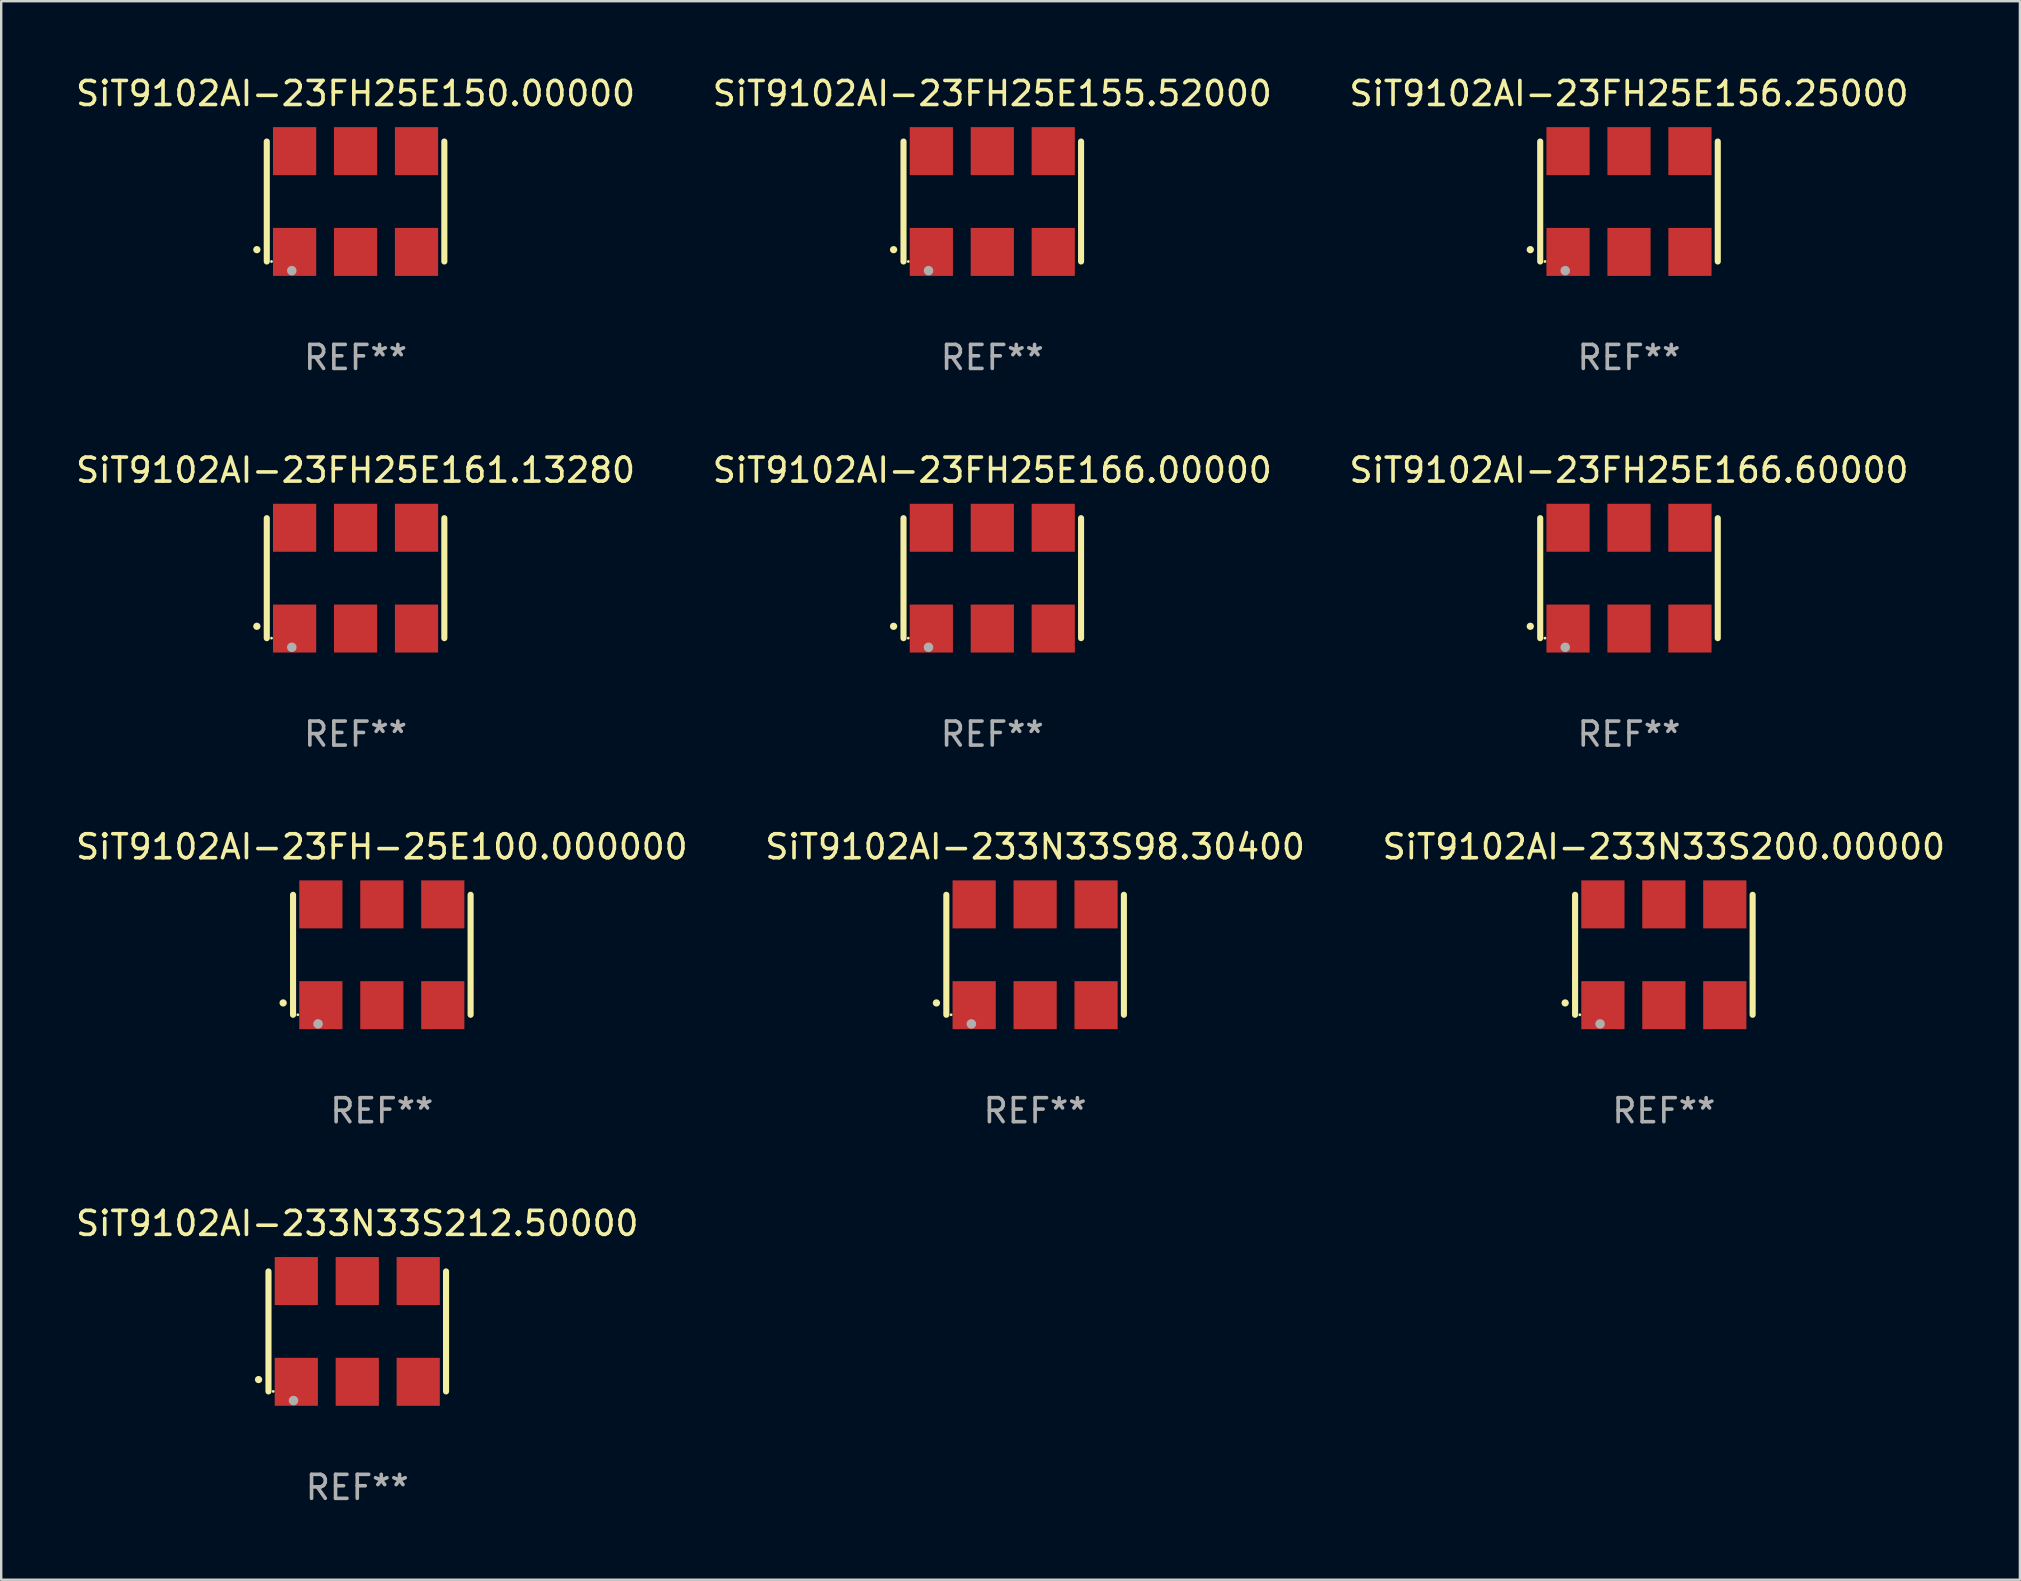
<source format=kicad_pcb>
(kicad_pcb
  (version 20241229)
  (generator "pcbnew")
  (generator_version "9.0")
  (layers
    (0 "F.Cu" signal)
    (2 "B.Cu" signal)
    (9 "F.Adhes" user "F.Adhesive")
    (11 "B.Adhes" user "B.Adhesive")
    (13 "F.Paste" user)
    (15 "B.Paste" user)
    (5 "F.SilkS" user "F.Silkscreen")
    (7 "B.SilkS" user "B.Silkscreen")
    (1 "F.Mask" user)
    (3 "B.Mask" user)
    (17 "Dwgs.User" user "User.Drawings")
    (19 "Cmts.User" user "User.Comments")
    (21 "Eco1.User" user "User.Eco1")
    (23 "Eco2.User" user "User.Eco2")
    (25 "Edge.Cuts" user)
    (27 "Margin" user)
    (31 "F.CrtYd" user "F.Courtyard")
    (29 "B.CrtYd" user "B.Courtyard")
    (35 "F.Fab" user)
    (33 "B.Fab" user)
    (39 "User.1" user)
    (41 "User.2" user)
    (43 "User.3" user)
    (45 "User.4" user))
  (footprint "SiT9102AI-23FH25E156.25000"
    (layer "F.Cu")
    (at 64.839 5.348)
    (property "Reference" "SiT9102AI-23FH25E156.25000" (at 0 -4.5 0) (layer "F.SilkS") (effects (font (size 1 1) (thickness 0.15))))
    (attr through_hole)
    (fp_line (start -3.7 -2.5) (end -3.7 2.5) (stroke (width 0.254) (type solid)) (layer "F.SilkS"))
    (fp_line (start 3.7 -2.5) (end 3.7 2.5) (stroke (width 0.254) (type solid)) (layer "F.SilkS"))
    (fp_arc (start -4.114415 2.006604) (mid -4.113145 2.006599) (end -4.111875 2.006604) (stroke (width 0.3) (type solid)) (layer "F.SilkS"))
    (fp_circle (center -3.502 2.5) (end -3.472 2.5) (stroke (width 0.06) (type solid)) (fill no) (layer "F.SilkS"))
    (fp_circle (center -2.657 2.882) (end -2.557 2.882) (stroke (width 0.2) (type solid)) (fill no) (layer "F.Fab"))
    (fp_text user "REF**" (at 0 6.5 0) (layer "F.Fab") (effects (font (size 1 1) (thickness 0.15))))
    (pad "1" smd rect (at -2.54 2.1) (size 1.8 2) (layers "F.Cu" "F.Mask" "F.Paste"))
    (pad "2" smd rect (at 0.000394 2.1) (size 1.8 2) (layers "F.Cu" "F.Mask" "F.Paste"))
    (pad "3" smd rect (at 2.54 2.1) (size 1.8 2) (layers "F.Cu" "F.Mask" "F.Paste"))
    (pad "4" smd rect (at 2.54 -2.1) (size 1.8 2) (layers "F.Cu" "F.Mask" "F.Paste"))
    (pad "5" smd rect (at 0.000394 -2.1) (size 1.8 2) (layers "F.Cu" "F.Mask" "F.Paste"))
    (pad "6" smd rect (at -2.54 -2.1) (size 1.8 2) (layers "F.Cu" "F.Mask" "F.Paste")))
  (footprint "SiT9102AI-23FH-25E100.000000"
    (layer "F.Cu")
    (at 12.863 36.741)
    (property "Reference" "SiT9102AI-23FH-25E100.000000" (at 0 -4.5 0) (layer "F.SilkS") (effects (font (size 1 1) (thickness 0.15))))
    (attr through_hole)
    (fp_line (start -3.7 -2.5) (end -3.7 2.5) (stroke (width 0.254) (type solid)) (layer "F.SilkS"))
    (fp_line (start 3.7 -2.5) (end 3.7 2.5) (stroke (width 0.254) (type solid)) (layer "F.SilkS"))
    (fp_arc (start -4.114415 2.006604) (mid -4.113145 2.006599) (end -4.111875 2.006604) (stroke (width 0.3) (type solid)) (layer "F.SilkS"))
    (fp_circle (center -3.502 2.5) (end -3.472 2.5) (stroke (width 0.06) (type solid)) (fill no) (layer "F.SilkS"))
    (fp_circle (center -2.657 2.882) (end -2.557 2.882) (stroke (width 0.2) (type solid)) (fill no) (layer "F.Fab"))
    (fp_text user "REF**" (at 0 6.5 0) (layer "F.Fab") (effects (font (size 1 1) (thickness 0.15))))
    (pad "1" smd rect (at -2.54 2.1) (size 1.8 2) (layers "F.Cu" "F.Mask" "F.Paste"))
    (pad "2" smd rect (at 0.000394 2.1) (size 1.8 2) (layers "F.Cu" "F.Mask" "F.Paste"))
    (pad "3" smd rect (at 2.54 2.1) (size 1.8 2) (layers "F.Cu" "F.Mask" "F.Paste"))
    (pad "4" smd rect (at 2.54 -2.1) (size 1.8 2) (layers "F.Cu" "F.Mask" "F.Paste"))
    (pad "5" smd rect (at 0.000394 -2.1) (size 1.8 2) (layers "F.Cu" "F.Mask" "F.Paste"))
    (pad "6" smd rect (at -2.54 -2.1) (size 1.8 2) (layers "F.Cu" "F.Mask" "F.Paste")))
  (footprint "SiT9102AI-23FH25E161.13280"
    (layer "F.Cu")
    (at 11.768 21.045)
    (property "Reference" "SiT9102AI-23FH25E161.13280" (at 0 -4.5 0) (layer "F.SilkS") (effects (font (size 1 1) (thickness 0.15))))
    (attr through_hole)
    (fp_line (start -3.7 -2.5) (end -3.7 2.5) (stroke (width 0.254) (type solid)) (layer "F.SilkS"))
    (fp_line (start 3.7 -2.5) (end 3.7 2.5) (stroke (width 0.254) (type solid)) (layer "F.SilkS"))
    (fp_arc (start -4.114415 2.006604) (mid -4.113145 2.006599) (end -4.111875 2.006604) (stroke (width 0.3) (type solid)) (layer "F.SilkS"))
    (fp_circle (center -3.502 2.5) (end -3.472 2.5) (stroke (width 0.06) (type solid)) (fill no) (layer "F.SilkS"))
    (fp_circle (center -2.657 2.882) (end -2.557 2.882) (stroke (width 0.2) (type solid)) (fill no) (layer "F.Fab"))
    (fp_text user "REF**" (at 0 6.5 0) (layer "F.Fab") (effects (font (size 1 1) (thickness 0.15))))
    (pad "1" smd rect (at -2.54 2.1) (size 1.8 2) (layers "F.Cu" "F.Mask" "F.Paste"))
    (pad "2" smd rect (at 0.000394 2.1) (size 1.8 2) (layers "F.Cu" "F.Mask" "F.Paste"))
    (pad "3" smd rect (at 2.54 2.1) (size 1.8 2) (layers "F.Cu" "F.Mask" "F.Paste"))
    (pad "4" smd rect (at 2.54 -2.1) (size 1.8 2) (layers "F.Cu" "F.Mask" "F.Paste"))
    (pad "5" smd rect (at 0.000394 -2.1) (size 1.8 2) (layers "F.Cu" "F.Mask" "F.Paste"))
    (pad "6" smd rect (at -2.54 -2.1) (size 1.8 2) (layers "F.Cu" "F.Mask" "F.Paste")))
  (footprint "SiT9102AI-23FH25E166.60000"
    (layer "F.Cu")
    (at 64.839 21.045)
    (property "Reference" "SiT9102AI-23FH25E166.60000" (at 0 -4.5 0) (layer "F.SilkS") (effects (font (size 1 1) (thickness 0.15))))
    (attr through_hole)
    (fp_line (start -3.7 -2.5) (end -3.7 2.5) (stroke (width 0.254) (type solid)) (layer "F.SilkS"))
    (fp_line (start 3.7 -2.5) (end 3.7 2.5) (stroke (width 0.254) (type solid)) (layer "F.SilkS"))
    (fp_arc (start -4.114415 2.006604) (mid -4.113145 2.006599) (end -4.111875 2.006604) (stroke (width 0.3) (type solid)) (layer "F.SilkS"))
    (fp_circle (center -3.502 2.5) (end -3.472 2.5) (stroke (width 0.06) (type solid)) (fill no) (layer "F.SilkS"))
    (fp_circle (center -2.657 2.882) (end -2.557 2.882) (stroke (width 0.2) (type solid)) (fill no) (layer "F.Fab"))
    (fp_text user "REF**" (at 0 6.5 0) (layer "F.Fab") (effects (font (size 1 1) (thickness 0.15))))
    (pad "1" smd rect (at -2.54 2.1) (size 1.8 2) (layers "F.Cu" "F.Mask" "F.Paste"))
    (pad "2" smd rect (at 0.000394 2.1) (size 1.8 2) (layers "F.Cu" "F.Mask" "F.Paste"))
    (pad "3" smd rect (at 2.54 2.1) (size 1.8 2) (layers "F.Cu" "F.Mask" "F.Paste"))
    (pad "4" smd rect (at 2.54 -2.1) (size 1.8 2) (layers "F.Cu" "F.Mask" "F.Paste"))
    (pad "5" smd rect (at 0.000394 -2.1) (size 1.8 2) (layers "F.Cu" "F.Mask" "F.Paste"))
    (pad "6" smd rect (at -2.54 -2.1) (size 1.8 2) (layers "F.Cu" "F.Mask" "F.Paste")))
  (footprint "SiT9102AI-233N33S212.50000"
    (layer "F.Cu")
    (at 11.839 52.438)
    (property "Reference" "SiT9102AI-233N33S212.50000" (at 0 -4.5 0) (layer "F.SilkS") (effects (font (size 1 1) (thickness 0.15))))
    (attr through_hole)
    (fp_line (start -3.7 -2.5) (end -3.7 2.5) (stroke (width 0.254) (type solid)) (layer "F.SilkS"))
    (fp_line (start 3.7 -2.5) (end 3.7 2.5) (stroke (width 0.254) (type solid)) (layer "F.SilkS"))
    (fp_arc (start -4.114415 2.006604) (mid -4.113145 2.006599) (end -4.111875 2.006604) (stroke (width 0.3) (type solid)) (layer "F.SilkS"))
    (fp_circle (center -3.502 2.5) (end -3.472 2.5) (stroke (width 0.06) (type solid)) (fill no) (layer "F.SilkS"))
    (fp_circle (center -2.657 2.882) (end -2.557 2.882) (stroke (width 0.2) (type solid)) (fill no) (layer "F.Fab"))
    (fp_text user "REF**" (at 0 6.5 0) (layer "F.Fab") (effects (font (size 1 1) (thickness 0.15))))
    (pad "1" smd rect (at -2.54 2.1) (size 1.8 2) (layers "F.Cu" "F.Mask" "F.Paste"))
    (pad "2" smd rect (at 0.000394 2.1) (size 1.8 2) (layers "F.Cu" "F.Mask" "F.Paste"))
    (pad "3" smd rect (at 2.54 2.1) (size 1.8 2) (layers "F.Cu" "F.Mask" "F.Paste"))
    (pad "4" smd rect (at 2.54 -2.1) (size 1.8 2) (layers "F.Cu" "F.Mask" "F.Paste"))
    (pad "5" smd rect (at 0.000394 -2.1) (size 1.8 2) (layers "F.Cu" "F.Mask" "F.Paste"))
    (pad "6" smd rect (at -2.54 -2.1) (size 1.8 2) (layers "F.Cu" "F.Mask" "F.Paste")))
  (footprint "SiT9102AI-23FH25E166.00000"
    (layer "F.Cu")
    (at 38.304 21.045)
    (property "Reference" "SiT9102AI-23FH25E166.00000" (at 0 -4.5 0) (layer "F.SilkS") (effects (font (size 1 1) (thickness 0.15))))
    (attr through_hole)
    (fp_line (start -3.7 -2.5) (end -3.7 2.5) (stroke (width 0.254) (type solid)) (layer "F.SilkS"))
    (fp_line (start 3.7 -2.5) (end 3.7 2.5) (stroke (width 0.254) (type solid)) (layer "F.SilkS"))
    (fp_arc (start -4.114415 2.006604) (mid -4.113145 2.006599) (end -4.111875 2.006604) (stroke (width 0.3) (type solid)) (layer "F.SilkS"))
    (fp_circle (center -3.502 2.5) (end -3.472 2.5) (stroke (width 0.06) (type solid)) (fill no) (layer "F.SilkS"))
    (fp_circle (center -2.657 2.882) (end -2.557 2.882) (stroke (width 0.2) (type solid)) (fill no) (layer "F.Fab"))
    (fp_text user "REF**" (at 0 6.5 0) (layer "F.Fab") (effects (font (size 1 1) (thickness 0.15))))
    (pad "1" smd rect (at -2.54 2.1) (size 1.8 2) (layers "F.Cu" "F.Mask" "F.Paste"))
    (pad "2" smd rect (at 0.000394 2.1) (size 1.8 2) (layers "F.Cu" "F.Mask" "F.Paste"))
    (pad "3" smd rect (at 2.54 2.1) (size 1.8 2) (layers "F.Cu" "F.Mask" "F.Paste"))
    (pad "4" smd rect (at 2.54 -2.1) (size 1.8 2) (layers "F.Cu" "F.Mask" "F.Paste"))
    (pad "5" smd rect (at 0.000394 -2.1) (size 1.8 2) (layers "F.Cu" "F.Mask" "F.Paste"))
    (pad "6" smd rect (at -2.54 -2.1) (size 1.8 2) (layers "F.Cu" "F.Mask" "F.Paste")))
  (footprint "SiT9102AI-233N33S200.00000"
    (layer "F.Cu")
    (at 66.292 36.741)
    (property "Reference" "SiT9102AI-233N33S200.00000" (at 0 -4.5 0) (layer "F.SilkS") (effects (font (size 1 1) (thickness 0.15))))
    (attr through_hole)
    (fp_line (start -3.7 -2.5) (end -3.7 2.5) (stroke (width 0.254) (type solid)) (layer "F.SilkS"))
    (fp_line (start 3.7 -2.5) (end 3.7 2.5) (stroke (width 0.254) (type solid)) (layer "F.SilkS"))
    (fp_arc (start -4.114415 2.006604) (mid -4.113145 2.006599) (end -4.111875 2.006604) (stroke (width 0.3) (type solid)) (layer "F.SilkS"))
    (fp_circle (center -3.502 2.5) (end -3.472 2.5) (stroke (width 0.06) (type solid)) (fill no) (layer "F.SilkS"))
    (fp_circle (center -2.657 2.882) (end -2.557 2.882) (stroke (width 0.2) (type solid)) (fill no) (layer "F.Fab"))
    (fp_text user "REF**" (at 0 6.5 0) (layer "F.Fab") (effects (font (size 1 1) (thickness 0.15))))
    (pad "1" smd rect (at -2.54 2.1) (size 1.8 2) (layers "F.Cu" "F.Mask" "F.Paste"))
    (pad "2" smd rect (at 0.000394 2.1) (size 1.8 2) (layers "F.Cu" "F.Mask" "F.Paste"))
    (pad "3" smd rect (at 2.54 2.1) (size 1.8 2) (layers "F.Cu" "F.Mask" "F.Paste"))
    (pad "4" smd rect (at 2.54 -2.1) (size 1.8 2) (layers "F.Cu" "F.Mask" "F.Paste"))
    (pad "5" smd rect (at 0.000394 -2.1) (size 1.8 2) (layers "F.Cu" "F.Mask" "F.Paste"))
    (pad "6" smd rect (at -2.54 -2.1) (size 1.8 2) (layers "F.Cu" "F.Mask" "F.Paste")))
  (footprint "SiT9102AI-23FH25E150.00000"
    (layer "F.Cu")
    (at 11.768 5.348)
    (property "Reference" "SiT9102AI-23FH25E150.00000" (at 0 -4.5 0) (layer "F.SilkS") (effects (font (size 1 1) (thickness 0.15))))
    (attr through_hole)
    (fp_line (start -3.7 -2.5) (end -3.7 2.5) (stroke (width 0.254) (type solid)) (layer "F.SilkS"))
    (fp_line (start 3.7 -2.5) (end 3.7 2.5) (stroke (width 0.254) (type solid)) (layer "F.SilkS"))
    (fp_arc (start -4.114415 2.006604) (mid -4.113145 2.006599) (end -4.111875 2.006604) (stroke (width 0.3) (type solid)) (layer "F.SilkS"))
    (fp_circle (center -3.502 2.5) (end -3.472 2.5) (stroke (width 0.06) (type solid)) (fill no) (layer "F.SilkS"))
    (fp_circle (center -2.657 2.882) (end -2.557 2.882) (stroke (width 0.2) (type solid)) (fill no) (layer "F.Fab"))
    (fp_text user "REF**" (at 0 6.5 0) (layer "F.Fab") (effects (font (size 1 1) (thickness 0.15))))
    (pad "1" smd rect (at -2.54 2.1) (size 1.8 2) (layers "F.Cu" "F.Mask" "F.Paste"))
    (pad "2" smd rect (at 0.000394 2.1) (size 1.8 2) (layers "F.Cu" "F.Mask" "F.Paste"))
    (pad "3" smd rect (at 2.54 2.1) (size 1.8 2) (layers "F.Cu" "F.Mask" "F.Paste"))
    (pad "4" smd rect (at 2.54 -2.1) (size 1.8 2) (layers "F.Cu" "F.Mask" "F.Paste"))
    (pad "5" smd rect (at 0.000394 -2.1) (size 1.8 2) (layers "F.Cu" "F.Mask" "F.Paste"))
    (pad "6" smd rect (at -2.54 -2.1) (size 1.8 2) (layers "F.Cu" "F.Mask" "F.Paste")))
  (footprint "SiT9102AI-23FH25E155.52000"
    (layer "F.Cu")
    (at 38.304 5.348)
    (property "Reference" "SiT9102AI-23FH25E155.52000" (at 0 -4.5 0) (layer "F.SilkS") (effects (font (size 1 1) (thickness 0.15))))
    (attr through_hole)
    (fp_line (start -3.7 -2.5) (end -3.7 2.5) (stroke (width 0.254) (type solid)) (layer "F.SilkS"))
    (fp_line (start 3.7 -2.5) (end 3.7 2.5) (stroke (width 0.254) (type solid)) (layer "F.SilkS"))
    (fp_arc (start -4.114415 2.006604) (mid -4.113145 2.006599) (end -4.111875 2.006604) (stroke (width 0.3) (type solid)) (layer "F.SilkS"))
    (fp_circle (center -3.502 2.5) (end -3.472 2.5) (stroke (width 0.06) (type solid)) (fill no) (layer "F.SilkS"))
    (fp_circle (center -2.657 2.882) (end -2.557 2.882) (stroke (width 0.2) (type solid)) (fill no) (layer "F.Fab"))
    (fp_text user "REF**" (at 0 6.5 0) (layer "F.Fab") (effects (font (size 1 1) (thickness 0.15))))
    (pad "1" smd rect (at -2.54 2.1) (size 1.8 2) (layers "F.Cu" "F.Mask" "F.Paste"))
    (pad "2" smd rect (at 0.000394 2.1) (size 1.8 2) (layers "F.Cu" "F.Mask" "F.Paste"))
    (pad "3" smd rect (at 2.54 2.1) (size 1.8 2) (layers "F.Cu" "F.Mask" "F.Paste"))
    (pad "4" smd rect (at 2.54 -2.1) (size 1.8 2) (layers "F.Cu" "F.Mask" "F.Paste"))
    (pad "5" smd rect (at 0.000394 -2.1) (size 1.8 2) (layers "F.Cu" "F.Mask" "F.Paste"))
    (pad "6" smd rect (at -2.54 -2.1) (size 1.8 2) (layers "F.Cu" "F.Mask" "F.Paste")))
  (footprint "SiT9102AI-233N33S98.30400"
    (layer "F.Cu")
    (at 40.089 36.741)
    (property "Reference" "SiT9102AI-233N33S98.30400" (at 0 -4.5 0) (layer "F.SilkS") (effects (font (size 1 1) (thickness 0.15))))
    (attr through_hole)
    (fp_line (start -3.7 -2.5) (end -3.7 2.5) (stroke (width 0.254) (type solid)) (layer "F.SilkS"))
    (fp_line (start 3.7 -2.5) (end 3.7 2.5) (stroke (width 0.254) (type solid)) (layer "F.SilkS"))
    (fp_arc (start -4.114415 2.006604) (mid -4.113145 2.006599) (end -4.111875 2.006604) (stroke (width 0.3) (type solid)) (layer "F.SilkS"))
    (fp_circle (center -3.502 2.5) (end -3.472 2.5) (stroke (width 0.06) (type solid)) (fill no) (layer "F.SilkS"))
    (fp_circle (center -2.657 2.882) (end -2.557 2.882) (stroke (width 0.2) (type solid)) (fill no) (layer "F.Fab"))
    (fp_text user "REF**" (at 0 6.5 0) (layer "F.Fab") (effects (font (size 1 1) (thickness 0.15))))
    (pad "1" smd rect (at -2.54 2.1) (size 1.8 2) (layers "F.Cu" "F.Mask" "F.Paste"))
    (pad "2" smd rect (at 0.000394 2.1) (size 1.8 2) (layers "F.Cu" "F.Mask" "F.Paste"))
    (pad "3" smd rect (at 2.54 2.1) (size 1.8 2) (layers "F.Cu" "F.Mask" "F.Paste"))
    (pad "4" smd rect (at 2.54 -2.1) (size 1.8 2) (layers "F.Cu" "F.Mask" "F.Paste"))
    (pad "5" smd rect (at 0.000394 -2.1) (size 1.8 2) (layers "F.Cu" "F.Mask" "F.Paste"))
    (pad "6" smd rect (at -2.54 -2.1) (size 1.8 2) (layers "F.Cu" "F.Mask" "F.Paste")))
  (gr_rect
    (start -3 -3)
    (end 81.131 62.786)
    (stroke (width 0.1) (type default))
    (fill no)
    (layer "Edge.Cuts")))
</source>
